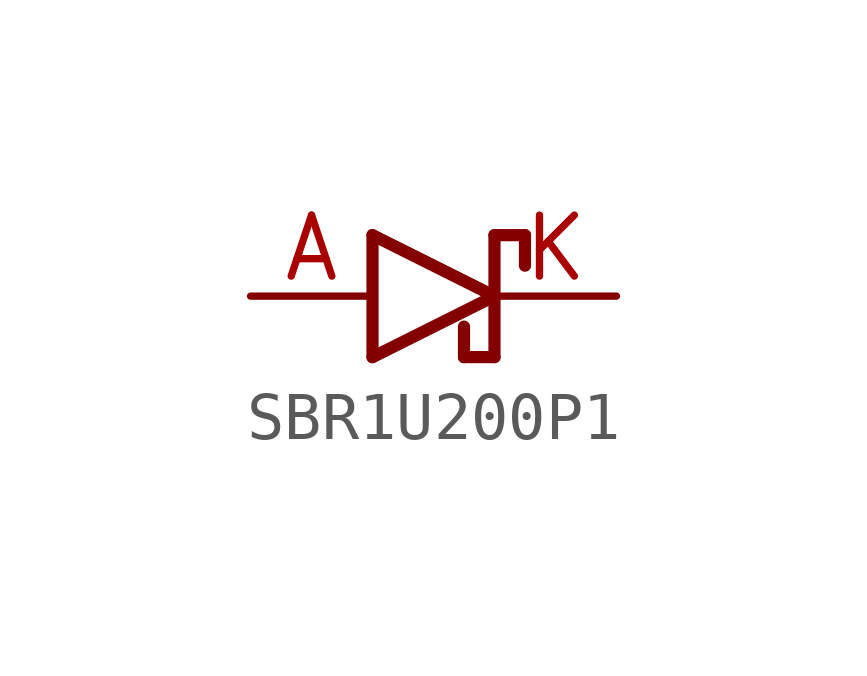
<source format=kicad_sym>
(kicad_symbol_lib
  (version 20211014)
  (generator kicad_symbol_editor)
  (symbol "SBR1U200P1"
    (property "Reference" ""
      (at 0 0 0)
      (effects (font (size 1.27 1.27)) hide))
    (property "ki_locked" ""
      (at 0 0 0)
      (effects (font (size 1.27 1.27))))
    (symbol "SBR1U200P1_1_0"
      (polyline (pts (xy 0 -1.27) (xy 2.54 0)) (stroke (width 0.254) (type default) (color 0 0 0 0)) (fill (type none)))
      (polyline (pts (xy 0 1.27) (xy 0 -1.27)) (stroke (width 0.254) (type default) (color 0 0 0 0)) (fill (type none)))
      (polyline (pts (xy 1.905 -1.27) (xy 1.905 -0.635)) (stroke (width 0.254) (type default) (color 0 0 0 0)) (fill (type none)))
      (polyline (pts (xy 2.54 -1.27) (xy 1.905 -1.27)) (stroke (width 0.254) (type default) (color 0 0 0 0)) (fill (type none)))
      (polyline (pts (xy 2.54 0) (xy 0 1.27)) (stroke (width 0.254) (type default) (color 0 0 0 0)) (fill (type none)))
      (polyline (pts (xy 2.54 1.27) (xy 2.54 -1.27)) (stroke (width 0.254) (type default) (color 0 0 0 0)) (fill (type none)))
      (polyline (pts (xy 2.54 1.27) (xy 3.175 1.27)) (stroke (width 0.254) (type default) (color 0 0 0 0)) (fill (type none)))
      (polyline (pts (xy 3.175 1.27) (xy 3.175 0.635)) (stroke (width 0.254) (type default) (color 0 0 0 0)) (fill (type none)))
      (pin bidirectional line (at -2.54 0 0) (length 2.54) (name "A" (effects (font (size 0 0)))) (number "A" (effects (font (size 1.27 1.27)))))
      (pin bidirectional line (at 5.08 0 180) (length 2.54) (name "K" (effects (font (size 0 0)))) (number "K" (effects (font (size 1.27 1.27))))))))
</source>
